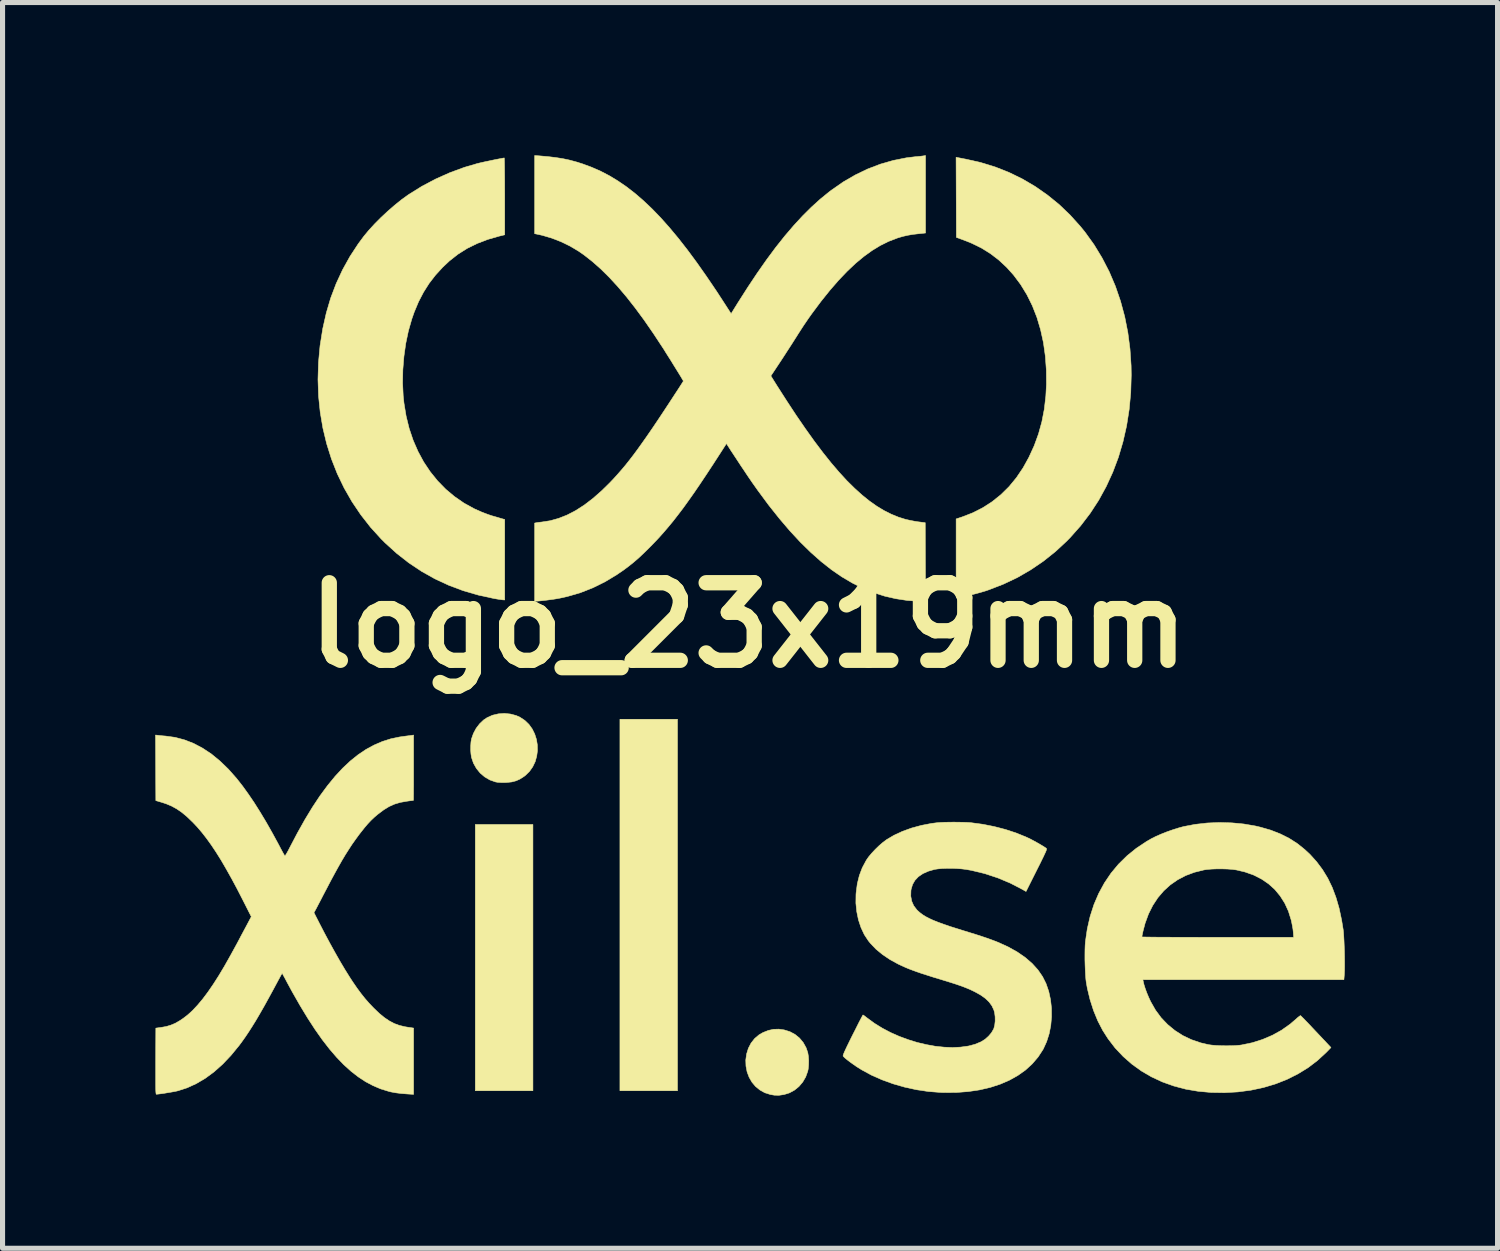
<source format=kicad_pcb>
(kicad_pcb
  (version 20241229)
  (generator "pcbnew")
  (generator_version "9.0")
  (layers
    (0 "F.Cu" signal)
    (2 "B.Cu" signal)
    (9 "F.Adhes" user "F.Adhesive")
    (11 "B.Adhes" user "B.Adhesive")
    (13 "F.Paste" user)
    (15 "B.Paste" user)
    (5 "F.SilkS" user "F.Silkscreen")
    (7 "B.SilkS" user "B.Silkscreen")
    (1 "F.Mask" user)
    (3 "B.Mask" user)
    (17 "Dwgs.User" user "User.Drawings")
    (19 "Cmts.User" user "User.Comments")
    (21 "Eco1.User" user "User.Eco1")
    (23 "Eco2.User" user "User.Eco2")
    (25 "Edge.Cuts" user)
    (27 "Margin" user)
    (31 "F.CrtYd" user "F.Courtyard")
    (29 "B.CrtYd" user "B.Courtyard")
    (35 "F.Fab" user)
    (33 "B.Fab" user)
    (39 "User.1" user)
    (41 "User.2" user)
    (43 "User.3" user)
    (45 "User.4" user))
  (footprint "logo_23x19mm"
    (layer "F.Cu")
    (at 11.655 9.231)
    (property "Reference" "logo_23x19mm" (at 0 0 0) (layer "F.SilkS") (effects (font (size 1.524 1.524) (thickness 0.3))))
    (attr through_hole)
    (fp_poly (pts (xy -4.237 9.144) (xy -5.369 9.144) (xy -5.369 3.914) (xy -4.237 3.914) (xy -4.237 9.144)) (stroke (width 0.01) (type solid)) (fill yes) (layer "F.SilkS"))
    (fp_poly (pts (xy -1.397 9.144) (xy -2.528 9.144) (xy -2.528 1.847) (xy -1.397 1.847) (xy -1.397 9.144)) (stroke (width 0.01) (type solid)) (fill yes) (layer "F.SilkS"))
    (fp_poly (pts (xy 0.699 7.949) (xy 0.811 7.984) (xy 0.912 8.038) (xy 1 8.11) (xy 1.073 8.198) (xy 1.129 8.299) (xy 1.162 8.395) (xy 1.174 8.467) (xy 1.18 8.551) (xy 1.178 8.638) (xy 1.17 8.719) (xy 1.161 8.762) (xy 1.121 8.873) (xy 1.062 8.974) (xy 0.988 9.061) (xy 0.901 9.132) (xy 0.802 9.186) (xy 0.696 9.219) (xy 0.6 9.233) (xy 0.509 9.232) (xy 0.427 9.218) (xy 0.319 9.184) (xy 0.222 9.13) (xy 0.137 9.061) (xy 0.066 8.977) (xy 0.01 8.88) (xy -0.03 8.774) (xy -0.052 8.66) (xy -0.056 8.541) (xy -0.04 8.423) (xy -0.005 8.31) (xy 0.048 8.208) (xy 0.118 8.119) (xy 0.204 8.046) (xy 0.282 8.001) (xy 0.388 7.959) (xy 0.49 7.937) (xy 0.594 7.934) (xy 0.699 7.949)) (stroke (width 0.01) (type solid)) (fill yes) (layer "F.SilkS"))
    (fp_poly (pts (xy -4.68 1.744) (xy -4.566 1.774) (xy -4.492 1.807) (xy -4.396 1.87) (xy -4.316 1.947) (xy -4.251 2.037) (xy -4.202 2.136) (xy -4.168 2.242) (xy -4.15 2.352) (xy -4.148 2.464) (xy -4.163 2.574) (xy -4.193 2.681) (xy -4.241 2.781) (xy -4.305 2.872) (xy -4.386 2.951) (xy -4.414 2.972) (xy -4.492 3.022) (xy -4.568 3.056) (xy -4.65 3.078) (xy -4.743 3.088) (xy -4.78 3.09) (xy -4.861 3.09) (xy -4.928 3.086) (xy -4.973 3.078) (xy -5.083 3.039) (xy -5.184 2.98) (xy -5.273 2.904) (xy -5.347 2.813) (xy -5.405 2.71) (xy -5.443 2.598) (xy -5.444 2.595) (xy -5.454 2.529) (xy -5.46 2.452) (xy -5.459 2.37) (xy -5.454 2.295) (xy -5.444 2.234) (xy -5.406 2.126) (xy -5.352 2.025) (xy -5.283 1.935) (xy -5.204 1.86) (xy -5.138 1.816) (xy -5.032 1.768) (xy -4.917 1.741) (xy -4.799 1.732) (xy -4.68 1.744)) (stroke (width 0.01) (type solid)) (fill yes) (layer "F.SilkS"))
    (fp_poly (pts (xy 4.107 -9.185) (xy 4.131 -9.181) (xy 4.172 -9.173) (xy 4.223 -9.163) (xy 4.266 -9.155) (xy 4.558 -9.089) (xy 4.842 -9.002) (xy 5.115 -8.894) (xy 5.379 -8.765) (xy 5.631 -8.617) (xy 5.871 -8.449) (xy 6.1 -8.263) (xy 6.315 -8.057) (xy 6.517 -7.833) (xy 6.608 -7.721) (xy 6.785 -7.475) (xy 6.943 -7.215) (xy 7.083 -6.944) (xy 7.204 -6.66) (xy 7.305 -6.366) (xy 7.387 -6.062) (xy 7.449 -5.748) (xy 7.491 -5.427) (xy 7.513 -5.098) (xy 7.516 -4.913) (xy 7.506 -4.571) (xy 7.475 -4.239) (xy 7.424 -3.915) (xy 7.353 -3.602) (xy 7.263 -3.298) (xy 7.153 -3.006) (xy 7.024 -2.725) (xy 6.876 -2.455) (xy 6.709 -2.199) (xy 6.523 -1.955) (xy 6.319 -1.725) (xy 6.252 -1.656) (xy 6.027 -1.447) (xy 5.79 -1.258) (xy 5.54 -1.088) (xy 5.279 -0.937) (xy 5.005 -0.807) (xy 4.719 -0.696) (xy 4.655 -0.674) (xy 4.611 -0.661) (xy 4.554 -0.644) (xy 4.488 -0.626) (xy 4.416 -0.607) (xy 4.343 -0.588) (xy 4.273 -0.57) (xy 4.209 -0.555) (xy 4.155 -0.542) (xy 4.116 -0.534) (xy 4.094 -0.531) (xy 4.094 -0.531) (xy 4.091 -0.533) (xy 4.087 -0.538) (xy 4.085 -0.549) (xy 4.082 -0.568) (xy 4.081 -0.595) (xy 4.079 -0.633) (xy 4.078 -0.683) (xy 4.077 -0.747) (xy 4.076 -0.826) (xy 4.076 -0.922) (xy 4.076 -1.036) (xy 4.076 -1.17) (xy 4.076 -1.309) (xy 4.076 -2.088) (xy 4.188 -2.125) (xy 4.4 -2.207) (xy 4.599 -2.308) (xy 4.784 -2.427) (xy 4.956 -2.565) (xy 5.115 -2.722) (xy 5.26 -2.898) (xy 5.391 -3.092) (xy 5.504 -3.296) (xy 5.609 -3.525) (xy 5.694 -3.758) (xy 5.76 -3.996) (xy 5.808 -4.244) (xy 5.838 -4.502) (xy 5.85 -4.728) (xy 5.848 -5.011) (xy 5.828 -5.286) (xy 5.791 -5.55) (xy 5.735 -5.804) (xy 5.663 -6.046) (xy 5.573 -6.276) (xy 5.466 -6.492) (xy 5.343 -6.693) (xy 5.204 -6.879) (xy 5.065 -7.033) (xy 4.91 -7.177) (xy 4.747 -7.301) (xy 4.573 -7.409) (xy 4.384 -7.502) (xy 4.231 -7.563) (xy 4.081 -7.618) (xy 4.078 -8.405) (xy 4.075 -9.192) (xy 4.107 -9.185)) (stroke (width 0.01) (type solid)) (fill yes) (layer "F.SilkS"))
    (fp_poly (pts (xy -4.799 -9.167) (xy -4.797 -9.135) (xy -4.796 -9.083) (xy -4.795 -9.014) (xy -4.794 -8.93) (xy -4.793 -8.832) (xy -4.792 -8.722) (xy -4.792 -8.603) (xy -4.791 -8.476) (xy -4.791 -8.424) (xy -4.791 -7.669) (xy -4.898 -7.643) (xy -5.124 -7.578) (xy -5.333 -7.498) (xy -5.528 -7.402) (xy -5.709 -7.288) (xy -5.877 -7.156) (xy -6.006 -7.035) (xy -6.15 -6.878) (xy -6.276 -6.715) (xy -6.386 -6.541) (xy -6.483 -6.355) (xy -6.568 -6.152) (xy -6.616 -6.015) (xy -6.683 -5.781) (xy -6.735 -5.534) (xy -6.771 -5.278) (xy -6.792 -5.019) (xy -6.797 -4.759) (xy -6.785 -4.506) (xy -6.77 -4.364) (xy -6.728 -4.109) (xy -6.668 -3.865) (xy -6.59 -3.633) (xy -6.494 -3.413) (xy -6.382 -3.206) (xy -6.253 -3.013) (xy -6.109 -2.835) (xy -5.95 -2.672) (xy -5.777 -2.527) (xy -5.59 -2.398) (xy -5.39 -2.288) (xy -5.247 -2.224) (xy -5.187 -2.201) (xy -5.126 -2.178) (xy -5.071 -2.159) (xy -5.04 -2.149) (xy -4.984 -2.133) (xy -4.921 -2.115) (xy -4.875 -2.101) (xy -4.791 -2.077) (xy -4.791 -0.496) (xy -4.823 -0.498) (xy -4.846 -0.5) (xy -4.887 -0.506) (xy -4.939 -0.514) (xy -4.997 -0.524) (xy -5.003 -0.525) (xy -5.31 -0.592) (xy -5.606 -0.678) (xy -5.891 -0.785) (xy -6.164 -0.912) (xy -6.426 -1.059) (xy -6.676 -1.226) (xy -6.915 -1.413) (xy -7.143 -1.62) (xy -7.216 -1.693) (xy -7.427 -1.925) (xy -7.619 -2.171) (xy -7.792 -2.428) (xy -7.946 -2.697) (xy -8.08 -2.976) (xy -8.194 -3.265) (xy -8.288 -3.563) (xy -8.362 -3.87) (xy -8.415 -4.183) (xy -8.448 -4.503) (xy -8.459 -4.829) (xy -8.449 -5.159) (xy -8.418 -5.494) (xy -8.416 -5.505) (xy -8.365 -5.826) (xy -8.296 -6.133) (xy -8.209 -6.428) (xy -8.102 -6.71) (xy -7.976 -6.982) (xy -7.831 -7.243) (xy -7.666 -7.495) (xy -7.556 -7.643) (xy -7.459 -7.76) (xy -7.346 -7.883) (xy -7.221 -8.009) (xy -7.089 -8.132) (xy -6.953 -8.25) (xy -6.818 -8.359) (xy -6.688 -8.453) (xy -6.671 -8.464) (xy -6.416 -8.623) (xy -6.147 -8.765) (xy -5.869 -8.889) (xy -5.584 -8.994) (xy -5.328 -9.069) (xy -5.29 -9.078) (xy -5.238 -9.09) (xy -5.176 -9.104) (xy -5.108 -9.118) (xy -5.038 -9.133) (xy -4.97 -9.147) (xy -4.908 -9.159) (xy -4.856 -9.169) (xy -4.819 -9.176) (xy -4.8 -9.179) (xy -4.8 -9.179) (xy -4.799 -9.167)) (stroke (width 0.01) (type solid)) (fill yes) (layer "F.SilkS"))
    (fp_poly (pts (xy 9.491 3.882) (xy 9.731 3.905) (xy 9.962 3.945) (xy 10.05 3.966) (xy 10.255 4.025) (xy 10.442 4.098) (xy 10.614 4.184) (xy 10.774 4.286) (xy 10.924 4.406) (xy 11.027 4.502) (xy 11.157 4.646) (xy 11.273 4.801) (xy 11.375 4.968) (xy 11.463 5.15) (xy 11.537 5.347) (xy 11.599 5.56) (xy 11.648 5.792) (xy 11.679 5.981) (xy 11.685 6.037) (xy 11.69 6.112) (xy 11.695 6.201) (xy 11.699 6.3) (xy 11.703 6.404) (xy 11.705 6.508) (xy 11.706 6.609) (xy 11.706 6.702) (xy 11.705 6.782) (xy 11.702 6.844) (xy 11.702 6.85) (xy 11.693 6.962) (xy 7.744 6.962) (xy 7.752 7.001) (xy 7.767 7.063) (xy 7.791 7.139) (xy 7.822 7.223) (xy 7.858 7.309) (xy 7.896 7.391) (xy 7.898 7.395) (xy 7.992 7.56) (xy 8.103 7.71) (xy 8.23 7.843) (xy 8.372 7.96) (xy 8.528 8.06) (xy 8.698 8.141) (xy 8.879 8.203) (xy 9.034 8.239) (xy 9.099 8.248) (xy 9.182 8.255) (xy 9.275 8.259) (xy 9.373 8.261) (xy 9.471 8.26) (xy 9.562 8.257) (xy 9.641 8.25) (xy 9.681 8.245) (xy 9.892 8.201) (xy 10.094 8.137) (xy 10.286 8.055) (xy 10.466 7.956) (xy 10.632 7.839) (xy 10.745 7.743) (xy 10.781 7.71) (xy 10.813 7.685) (xy 10.834 7.67) (xy 10.841 7.668) (xy 10.851 7.677) (xy 10.875 7.701) (xy 10.912 7.738) (xy 10.958 7.786) (xy 11.014 7.844) (xy 11.075 7.909) (xy 11.142 7.98) (xy 11.146 7.984) (xy 11.439 8.295) (xy 11.345 8.392) (xy 11.175 8.549) (xy 10.99 8.69) (xy 10.79 8.813) (xy 10.577 8.92) (xy 10.352 9.009) (xy 10.115 9.08) (xy 9.868 9.133) (xy 9.612 9.167) (xy 9.348 9.182) (xy 9.086 9.178) (xy 8.832 9.155) (xy 8.586 9.113) (xy 8.351 9.051) (xy 8.127 8.971) (xy 7.914 8.872) (xy 7.715 8.756) (xy 7.529 8.622) (xy 7.357 8.471) (xy 7.2 8.305) (xy 7.06 8.122) (xy 6.955 7.958) (xy 6.859 7.772) (xy 6.776 7.571) (xy 6.707 7.356) (xy 6.653 7.133) (xy 6.632 7.014) (xy 6.624 6.951) (xy 6.618 6.871) (xy 6.613 6.777) (xy 6.609 6.676) (xy 6.606 6.571) (xy 6.606 6.468) (xy 6.607 6.373) (xy 6.61 6.289) (xy 6.615 6.222) (xy 6.615 6.222) (xy 6.629 6.122) (xy 7.724 6.122) (xy 7.735 6.123) (xy 7.768 6.124) (xy 7.822 6.125) (xy 7.894 6.126) (xy 7.984 6.127) (xy 8.091 6.128) (xy 8.212 6.128) (xy 8.347 6.129) (xy 8.494 6.13) (xy 8.652 6.13) (xy 8.819 6.13) (xy 8.995 6.131) (xy 9.177 6.131) (xy 9.215 6.131) (xy 10.706 6.131) (xy 10.698 6.026) (xy 10.692 5.969) (xy 10.68 5.901) (xy 10.666 5.831) (xy 10.657 5.79) (xy 10.603 5.617) (xy 10.531 5.46) (xy 10.441 5.318) (xy 10.336 5.191) (xy 10.213 5.08) (xy 10.075 4.986) (xy 9.922 4.908) (xy 9.753 4.848) (xy 9.581 4.807) (xy 9.502 4.796) (xy 9.407 4.789) (xy 9.302 4.786) (xy 9.196 4.786) (xy 9.093 4.79) (xy 9.001 4.798) (xy 8.942 4.807) (xy 8.757 4.853) (xy 8.585 4.917) (xy 8.427 5) (xy 8.283 5.1) (xy 8.153 5.218) (xy 8.038 5.353) (xy 7.938 5.505) (xy 7.855 5.671) (xy 7.788 5.854) (xy 7.747 6.009) (xy 7.737 6.056) (xy 7.729 6.094) (xy 7.725 6.117) (xy 7.724 6.122) (xy 6.629 6.122) (xy 6.652 5.965) (xy 6.708 5.72) (xy 6.783 5.487) (xy 6.877 5.268) (xy 6.989 5.062) (xy 7.119 4.87) (xy 7.267 4.692) (xy 7.433 4.529) (xy 7.617 4.38) (xy 7.817 4.247) (xy 7.909 4.194) (xy 7.996 4.15) (xy 8.101 4.104) (xy 8.214 4.059) (xy 8.331 4.018) (xy 8.445 3.982) (xy 8.544 3.955) (xy 8.769 3.912) (xy 9.005 3.885) (xy 9.248 3.875) (xy 9.491 3.882)) (stroke (width 0.01) (type solid)) (fill yes) (layer "F.SilkS"))
    (fp_poly (pts (xy 4.128 3.869) (xy 4.221 3.871) (xy 4.304 3.874) (xy 4.37 3.879) (xy 4.376 3.88) (xy 4.6 3.91) (xy 4.825 3.955) (xy 5.045 4.012) (xy 5.255 4.081) (xy 5.449 4.16) (xy 5.482 4.175) (xy 5.532 4.199) (xy 5.591 4.23) (xy 5.655 4.265) (xy 5.718 4.301) (xy 5.775 4.335) (xy 5.821 4.364) (xy 5.846 4.381) (xy 5.85 4.386) (xy 5.852 4.394) (xy 5.851 4.406) (xy 5.845 4.425) (xy 5.834 4.453) (xy 5.816 4.491) (xy 5.793 4.541) (xy 5.761 4.606) (xy 5.721 4.688) (xy 5.671 4.787) (xy 5.658 4.813) (xy 5.449 5.23) (xy 5.377 5.189) (xy 5.142 5.067) (xy 4.894 4.963) (xy 4.639 4.879) (xy 4.379 4.816) (xy 4.266 4.796) (xy 4.183 4.786) (xy 4.089 4.779) (xy 3.99 4.775) (xy 3.89 4.776) (xy 3.796 4.779) (xy 3.714 4.787) (xy 3.654 4.796) (xy 3.529 4.832) (xy 3.423 4.879) (xy 3.335 4.939) (xy 3.268 5.01) (xy 3.22 5.093) (xy 3.192 5.187) (xy 3.188 5.214) (xy 3.185 5.321) (xy 3.203 5.419) (xy 3.242 5.509) (xy 3.303 5.589) (xy 3.32 5.606) (xy 3.365 5.646) (xy 3.416 5.685) (xy 3.475 5.722) (xy 3.544 5.758) (xy 3.624 5.795) (xy 3.719 5.833) (xy 3.829 5.873) (xy 3.956 5.917) (xy 4.103 5.963) (xy 4.195 5.992) (xy 4.341 6.037) (xy 4.467 6.076) (xy 4.575 6.111) (xy 4.67 6.143) (xy 4.752 6.172) (xy 4.824 6.199) (xy 4.89 6.225) (xy 4.904 6.23) (xy 5.102 6.321) (xy 5.279 6.42) (xy 5.435 6.528) (xy 5.569 6.644) (xy 5.682 6.769) (xy 5.774 6.903) (xy 5.842 7.039) (xy 5.895 7.193) (xy 5.93 7.355) (xy 5.949 7.523) (xy 5.95 7.693) (xy 5.935 7.862) (xy 5.903 8.025) (xy 5.854 8.179) (xy 5.79 8.32) (xy 5.781 8.336) (xy 5.685 8.483) (xy 5.571 8.616) (xy 5.439 8.737) (xy 5.29 8.843) (xy 5.124 8.936) (xy 4.944 9.014) (xy 4.748 9.078) (xy 4.539 9.127) (xy 4.317 9.16) (xy 4.083 9.178) (xy 3.837 9.18) (xy 3.764 9.177) (xy 3.531 9.159) (xy 3.297 9.124) (xy 3.064 9.073) (xy 2.838 9.008) (xy 2.62 8.929) (xy 2.414 8.838) (xy 2.224 8.735) (xy 2.124 8.673) (xy 2.057 8.626) (xy 1.994 8.581) (xy 1.939 8.539) (xy 1.895 8.503) (xy 1.866 8.475) (xy 1.856 8.462) (xy 1.856 8.452) (xy 1.862 8.43) (xy 1.876 8.395) (xy 1.898 8.346) (xy 1.928 8.282) (xy 1.968 8.2) (xy 2.017 8.1) (xy 2.042 8.05) (xy 2.087 7.962) (xy 2.128 7.88) (xy 2.164 7.808) (xy 2.196 7.747) (xy 2.221 7.7) (xy 2.238 7.668) (xy 2.246 7.655) (xy 2.246 7.655) (xy 2.258 7.661) (xy 2.282 7.679) (xy 2.316 7.705) (xy 2.33 7.716) (xy 2.472 7.82) (xy 2.626 7.915) (xy 2.789 8.001) (xy 2.959 8.076) (xy 3.135 8.141) (xy 3.313 8.196) (xy 3.491 8.238) (xy 3.667 8.27) (xy 3.84 8.288) (xy 4.006 8.295) (xy 4.164 8.287) (xy 4.312 8.267) (xy 4.446 8.232) (xy 4.565 8.183) (xy 4.572 8.179) (xy 4.646 8.132) (xy 4.713 8.072) (xy 4.77 8.005) (xy 4.81 7.936) (xy 4.816 7.924) (xy 4.834 7.856) (xy 4.843 7.776) (xy 4.842 7.691) (xy 4.832 7.612) (xy 4.817 7.558) (xy 4.778 7.475) (xy 4.723 7.4) (xy 4.65 7.33) (xy 4.559 7.265) (xy 4.446 7.202) (xy 4.428 7.193) (xy 4.372 7.166) (xy 4.318 7.142) (xy 4.262 7.119) (xy 4.201 7.095) (xy 4.132 7.071) (xy 4.052 7.044) (xy 3.958 7.014) (xy 3.847 6.98) (xy 3.77 6.956) (xy 3.627 6.913) (xy 3.505 6.874) (xy 3.398 6.84) (xy 3.305 6.808) (xy 3.223 6.778) (xy 3.149 6.75) (xy 3.079 6.721) (xy 3.011 6.69) (xy 2.942 6.658) (xy 2.938 6.656) (xy 2.779 6.569) (xy 2.633 6.471) (xy 2.503 6.364) (xy 2.393 6.249) (xy 2.353 6.2) (xy 2.272 6.077) (xy 2.207 5.938) (xy 2.157 5.787) (xy 2.124 5.626) (xy 2.107 5.459) (xy 2.109 5.289) (xy 2.112 5.252) (xy 2.135 5.077) (xy 2.175 4.916) (xy 2.232 4.765) (xy 2.309 4.621) (xy 2.311 4.617) (xy 2.356 4.552) (xy 2.416 4.48) (xy 2.486 4.405) (xy 2.56 4.333) (xy 2.634 4.269) (xy 2.703 4.217) (xy 2.706 4.214) (xy 2.855 4.126) (xy 3.021 4.049) (xy 3.201 3.984) (xy 3.392 3.932) (xy 3.589 3.894) (xy 3.697 3.88) (xy 3.76 3.875) (xy 3.84 3.871) (xy 3.931 3.869) (xy 4.029 3.868) (xy 4.128 3.869)) (stroke (width 0.01) (type solid)) (fill yes) (layer "F.SilkS"))
    (fp_poly (pts (xy -11.595 2.163) (xy -11.554 2.168) (xy -11.503 2.173) (xy -11.453 2.177) (xy -11.265 2.203) (xy -11.081 2.252) (xy -10.901 2.322) (xy -10.725 2.415) (xy -10.553 2.529) (xy -10.385 2.667) (xy -10.22 2.826) (xy -10.058 3.009) (xy -9.941 3.158) (xy -9.83 3.312) (xy -9.713 3.484) (xy -9.594 3.673) (xy -9.474 3.873) (xy -9.355 4.083) (xy -9.238 4.298) (xy -9.22 4.332) (xy -9.188 4.393) (xy -9.159 4.447) (xy -9.135 4.49) (xy -9.118 4.519) (xy -9.109 4.532) (xy -9.109 4.532) (xy -9.101 4.524) (xy -9.085 4.499) (xy -9.062 4.46) (xy -9.035 4.41) (xy -9.016 4.373) (xy -8.865 4.085) (xy -8.716 3.819) (xy -8.568 3.575) (xy -8.421 3.353) (xy -8.273 3.152) (xy -8.125 2.971) (xy -7.976 2.81) (xy -7.825 2.668) (xy -7.672 2.545) (xy -7.516 2.44) (xy -7.357 2.354) (xy -7.195 2.284) (xy -7.028 2.231) (xy -6.856 2.195) (xy -6.771 2.183) (xy -6.719 2.176) (xy -6.67 2.17) (xy -6.633 2.165) (xy -6.624 2.164) (xy -6.581 2.157) (xy -6.581 2.799) (xy -6.581 2.918) (xy -6.581 3.03) (xy -6.581 3.133) (xy -6.582 3.225) (xy -6.582 3.303) (xy -6.583 3.365) (xy -6.583 3.41) (xy -6.584 3.436) (xy -6.585 3.441) (xy -6.597 3.442) (xy -6.627 3.446) (xy -6.671 3.451) (xy -6.718 3.458) (xy -6.842 3.48) (xy -6.956 3.514) (xy -7.063 3.562) (xy -7.169 3.627) (xy -7.279 3.71) (xy -7.29 3.718) (xy -7.357 3.776) (xy -7.419 3.835) (xy -7.48 3.9) (xy -7.543 3.974) (xy -7.612 4.061) (xy -7.661 4.124) (xy -7.727 4.215) (xy -7.792 4.307) (xy -7.855 4.404) (xy -7.92 4.506) (xy -7.987 4.618) (xy -8.057 4.741) (xy -8.132 4.877) (xy -8.214 5.029) (xy -8.303 5.2) (xy -8.316 5.224) (xy -8.359 5.306) (xy -8.399 5.384) (xy -8.436 5.454) (xy -8.467 5.514) (xy -8.491 5.56) (xy -8.507 5.59) (xy -8.511 5.597) (xy -8.538 5.646) (xy -8.436 5.846) (xy -8.333 6.045) (xy -8.229 6.24) (xy -8.126 6.426) (xy -8.026 6.602) (xy -7.929 6.765) (xy -7.838 6.911) (xy -7.779 7.002) (xy -7.694 7.126) (xy -7.615 7.233) (xy -7.537 7.331) (xy -7.457 7.423) (xy -7.369 7.515) (xy -7.36 7.524) (xy -7.255 7.625) (xy -7.155 7.707) (xy -7.059 7.772) (xy -6.963 7.823) (xy -6.862 7.86) (xy -6.755 7.886) (xy -6.708 7.894) (xy -6.581 7.913) (xy -6.581 9.215) (xy -6.699 9.208) (xy -6.826 9.198) (xy -6.936 9.184) (xy -7.032 9.166) (xy -7.077 9.154) (xy -7.229 9.107) (xy -7.377 9.044) (xy -7.523 8.967) (xy -7.666 8.873) (xy -7.808 8.763) (xy -7.95 8.635) (xy -8.09 8.49) (xy -8.232 8.325) (xy -8.374 8.142) (xy -8.517 7.939) (xy -8.662 7.716) (xy -8.81 7.472) (xy -8.962 7.206) (xy -9.063 7.02) (xy -9.094 6.961) (xy -9.121 6.911) (xy -9.143 6.871) (xy -9.157 6.845) (xy -9.162 6.837) (xy -9.168 6.845) (xy -9.183 6.87) (xy -9.204 6.908) (xy -9.229 6.955) (xy -9.231 6.958) (xy -9.336 7.154) (xy -9.432 7.33) (xy -9.52 7.489) (xy -9.602 7.632) (xy -9.678 7.762) (xy -9.751 7.88) (xy -9.82 7.988) (xy -9.887 8.088) (xy -9.954 8.182) (xy -10.008 8.255) (xy -10.167 8.449) (xy -10.33 8.621) (xy -10.498 8.771) (xy -10.671 8.899) (xy -10.849 9.004) (xy -11.03 9.087) (xy -11.207 9.144) (xy -11.244 9.153) (xy -11.296 9.163) (xy -11.358 9.174) (xy -11.425 9.185) (xy -11.49 9.196) (xy -11.55 9.204) (xy -11.598 9.21) (xy -11.63 9.213) (xy -11.634 9.213) (xy -11.638 9.21) (xy -11.64 9.198) (xy -11.643 9.176) (xy -11.645 9.144) (xy -11.646 9.098) (xy -11.647 9.037) (xy -11.647 8.961) (xy -11.647 8.867) (xy -11.647 8.753) (xy -11.647 8.619) (xy -11.647 8.564) (xy -11.644 7.914) (xy -11.54 7.9) (xy -11.438 7.882) (xy -11.349 7.855) (xy -11.263 7.819) (xy -11.176 7.769) (xy -11.107 7.723) (xy -11.014 7.651) (xy -10.919 7.564) (xy -10.823 7.461) (xy -10.724 7.343) (xy -10.622 7.207) (xy -10.516 7.053) (xy -10.406 6.881) (xy -10.291 6.688) (xy -10.171 6.475) (xy -10.06 6.272) (xy -10.016 6.19) (xy -9.972 6.106) (xy -9.929 6.026) (xy -9.89 5.953) (xy -9.858 5.893) (xy -9.841 5.861) (xy -9.769 5.725) (xy -9.928 5.411) (xy -10.045 5.183) (xy -10.156 4.976) (xy -10.262 4.787) (xy -10.362 4.615) (xy -10.459 4.46) (xy -10.553 4.319) (xy -10.645 4.191) (xy -10.736 4.074) (xy -10.827 3.967) (xy -10.919 3.869) (xy -10.928 3.861) (xy -11.034 3.759) (xy -11.134 3.676) (xy -11.233 3.608) (xy -11.333 3.553) (xy -11.44 3.508) (xy -11.522 3.481) (xy -11.644 3.445) (xy -11.65 2.157) (xy -11.595 2.163)) (stroke (width 0.01) (type solid)) (fill yes) (layer "F.SilkS"))
    (fp_poly (pts (xy -4.102 -9.219) (xy -3.935 -9.204) (xy -3.785 -9.186) (xy -3.647 -9.164) (xy -3.516 -9.136) (xy -3.386 -9.101) (xy -3.262 -9.062) (xy -3.084 -8.996) (xy -2.91 -8.92) (xy -2.739 -8.831) (xy -2.57 -8.729) (xy -2.402 -8.614) (xy -2.235 -8.485) (xy -2.068 -8.341) (xy -1.899 -8.181) (xy -1.729 -8.005) (xy -1.557 -7.812) (xy -1.381 -7.601) (xy -1.202 -7.372) (xy -1.018 -7.123) (xy -0.829 -6.854) (xy -0.633 -6.565) (xy -0.48 -6.33) (xy -0.344 -6.119) (xy -0.217 -6.324) (xy -0.022 -6.63) (xy 0.167 -6.914) (xy 0.351 -7.177) (xy 0.532 -7.421) (xy 0.71 -7.645) (xy 0.886 -7.851) (xy 1.06 -8.04) (xy 1.233 -8.212) (xy 1.405 -8.368) (xy 1.579 -8.51) (xy 1.628 -8.547) (xy 1.858 -8.707) (xy 2.096 -8.845) (xy 2.339 -8.962) (xy 2.588 -9.057) (xy 2.842 -9.13) (xy 3.098 -9.181) (xy 3.269 -9.202) (xy 3.326 -9.207) (xy 3.378 -9.212) (xy 3.418 -9.217) (xy 3.438 -9.22) (xy 3.475 -9.226) (xy 3.475 -7.704) (xy 3.34 -7.69) (xy 3.227 -7.677) (xy 3.128 -7.66) (xy 3.035 -7.639) (xy 2.938 -7.611) (xy 2.91 -7.601) (xy 2.748 -7.539) (xy 2.587 -7.459) (xy 2.426 -7.361) (xy 2.264 -7.244) (xy 2.1 -7.108) (xy 1.935 -6.952) (xy 1.767 -6.776) (xy 1.596 -6.579) (xy 1.421 -6.361) (xy 1.242 -6.121) (xy 1.175 -6.027) (xy 1.131 -5.962) (xy 1.079 -5.886) (xy 1.026 -5.804) (xy 0.975 -5.725) (xy 0.947 -5.68) (xy 0.908 -5.619) (xy 0.86 -5.543) (xy 0.805 -5.458) (xy 0.746 -5.367) (xy 0.688 -5.277) (xy 0.633 -5.193) (xy 0.437 -4.897) (xy 0.555 -4.708) (xy 0.749 -4.405) (xy 0.935 -4.122) (xy 1.115 -3.86) (xy 1.288 -3.618) (xy 1.456 -3.395) (xy 1.618 -3.192) (xy 1.776 -3.007) (xy 1.93 -2.839) (xy 2.081 -2.69) (xy 2.228 -2.557) (xy 2.373 -2.44) (xy 2.516 -2.339) (xy 2.658 -2.253) (xy 2.799 -2.182) (xy 2.94 -2.124) (xy 3.08 -2.08) (xy 3.106 -2.074) (xy 3.174 -2.059) (xy 3.251 -2.044) (xy 3.324 -2.032) (xy 3.348 -2.029) (xy 3.469 -2.014) (xy 3.472 -1.238) (xy 3.475 -0.462) (xy 3.449 -0.464) (xy 3.425 -0.466) (xy 3.386 -0.468) (xy 3.342 -0.47) (xy 3.114 -0.487) (xy 2.891 -0.521) (xy 2.673 -0.571) (xy 2.459 -0.639) (xy 2.247 -0.724) (xy 2.039 -0.828) (xy 1.832 -0.95) (xy 1.627 -1.091) (xy 1.423 -1.252) (xy 1.219 -1.433) (xy 1.015 -1.633) (xy 0.809 -1.855) (xy 0.602 -2.098) (xy 0.392 -2.362) (xy 0.18 -2.649) (xy 0.073 -2.8) (xy 0.043 -2.844) (xy 0.003 -2.902) (xy -0.044 -2.972) (xy -0.095 -3.049) (xy -0.15 -3.13) (xy -0.204 -3.213) (xy -0.257 -3.293) (xy -0.306 -3.368) (xy -0.35 -3.434) (xy -0.384 -3.488) (xy -0.409 -3.526) (xy -0.412 -3.531) (xy -0.435 -3.569) (xy -0.549 -3.392) (xy -0.693 -3.169) (xy -0.827 -2.965) (xy -0.952 -2.778) (xy -1.069 -2.606) (xy -1.18 -2.449) (xy -1.285 -2.303) (xy -1.387 -2.169) (xy -1.484 -2.044) (xy -1.581 -1.927) (xy -1.676 -1.816) (xy -1.771 -1.71) (xy -1.869 -1.607) (xy -1.951 -1.523) (xy -2.061 -1.415) (xy -2.161 -1.321) (xy -2.257 -1.238) (xy -2.353 -1.161) (xy -2.453 -1.086) (xy -2.563 -1.011) (xy -2.59 -0.992) (xy -2.821 -0.853) (xy -3.06 -0.735) (xy -3.307 -0.638) (xy -3.562 -0.564) (xy -3.706 -0.532) (xy -3.765 -0.521) (xy -3.834 -0.51) (xy -3.909 -0.5) (xy -3.984 -0.49) (xy -4.054 -0.482) (xy -4.114 -0.476) (xy -4.157 -0.473) (xy -4.165 -0.473) (xy -4.203 -0.473) (xy -4.203 -1.24) (xy -4.203 -2.007) (xy -4.171 -2.013) (xy -4.142 -2.018) (xy -4.101 -2.023) (xy -4.064 -2.027) (xy -3.896 -2.053) (xy -3.729 -2.1) (xy -3.563 -2.166) (xy -3.396 -2.253) (xy -3.228 -2.361) (xy -3.058 -2.491) (xy -2.886 -2.642) (xy -2.73 -2.795) (xy -2.652 -2.877) (xy -2.576 -2.961) (xy -2.5 -3.048) (xy -2.423 -3.139) (xy -2.345 -3.237) (xy -2.264 -3.342) (xy -2.179 -3.457) (xy -2.089 -3.583) (xy -1.992 -3.721) (xy -1.888 -3.872) (xy -1.775 -4.04) (xy -1.653 -4.224) (xy -1.544 -4.39) (xy -1.488 -4.476) (xy -1.436 -4.556) (xy -1.389 -4.627) (xy -1.349 -4.689) (xy -1.317 -4.739) (xy -1.295 -4.774) (xy -1.283 -4.793) (xy -1.282 -4.795) (xy -1.287 -4.807) (xy -1.304 -4.835) (xy -1.329 -4.878) (xy -1.362 -4.932) (xy -1.401 -4.995) (xy -1.444 -5.064) (xy -1.489 -5.137) (xy -1.535 -5.212) (xy -1.581 -5.284) (xy -1.624 -5.352) (xy -1.662 -5.414) (xy -1.685 -5.449) (xy -1.872 -5.733) (xy -2.053 -5.995) (xy -2.23 -6.235) (xy -2.403 -6.455) (xy -2.573 -6.655) (xy -2.74 -6.836) (xy -2.904 -6.998) (xy -3.067 -7.142) (xy -3.228 -7.269) (xy -3.343 -7.349) (xy -3.508 -7.447) (xy -3.685 -7.533) (xy -3.868 -7.604) (xy -4.051 -7.658) (xy -4.113 -7.672) (xy -4.203 -7.691) (xy -4.203 -9.226) (xy -4.102 -9.219)) (stroke (width 0.01) (type solid)) (fill yes) (layer "F.SilkS")))
  (gr_rect
    (start -3 -3)
    (end 26.366 21.469)
    (stroke (width 0.1) (type default))
    (fill no)
    (layer "Edge.Cuts")))
</source>
